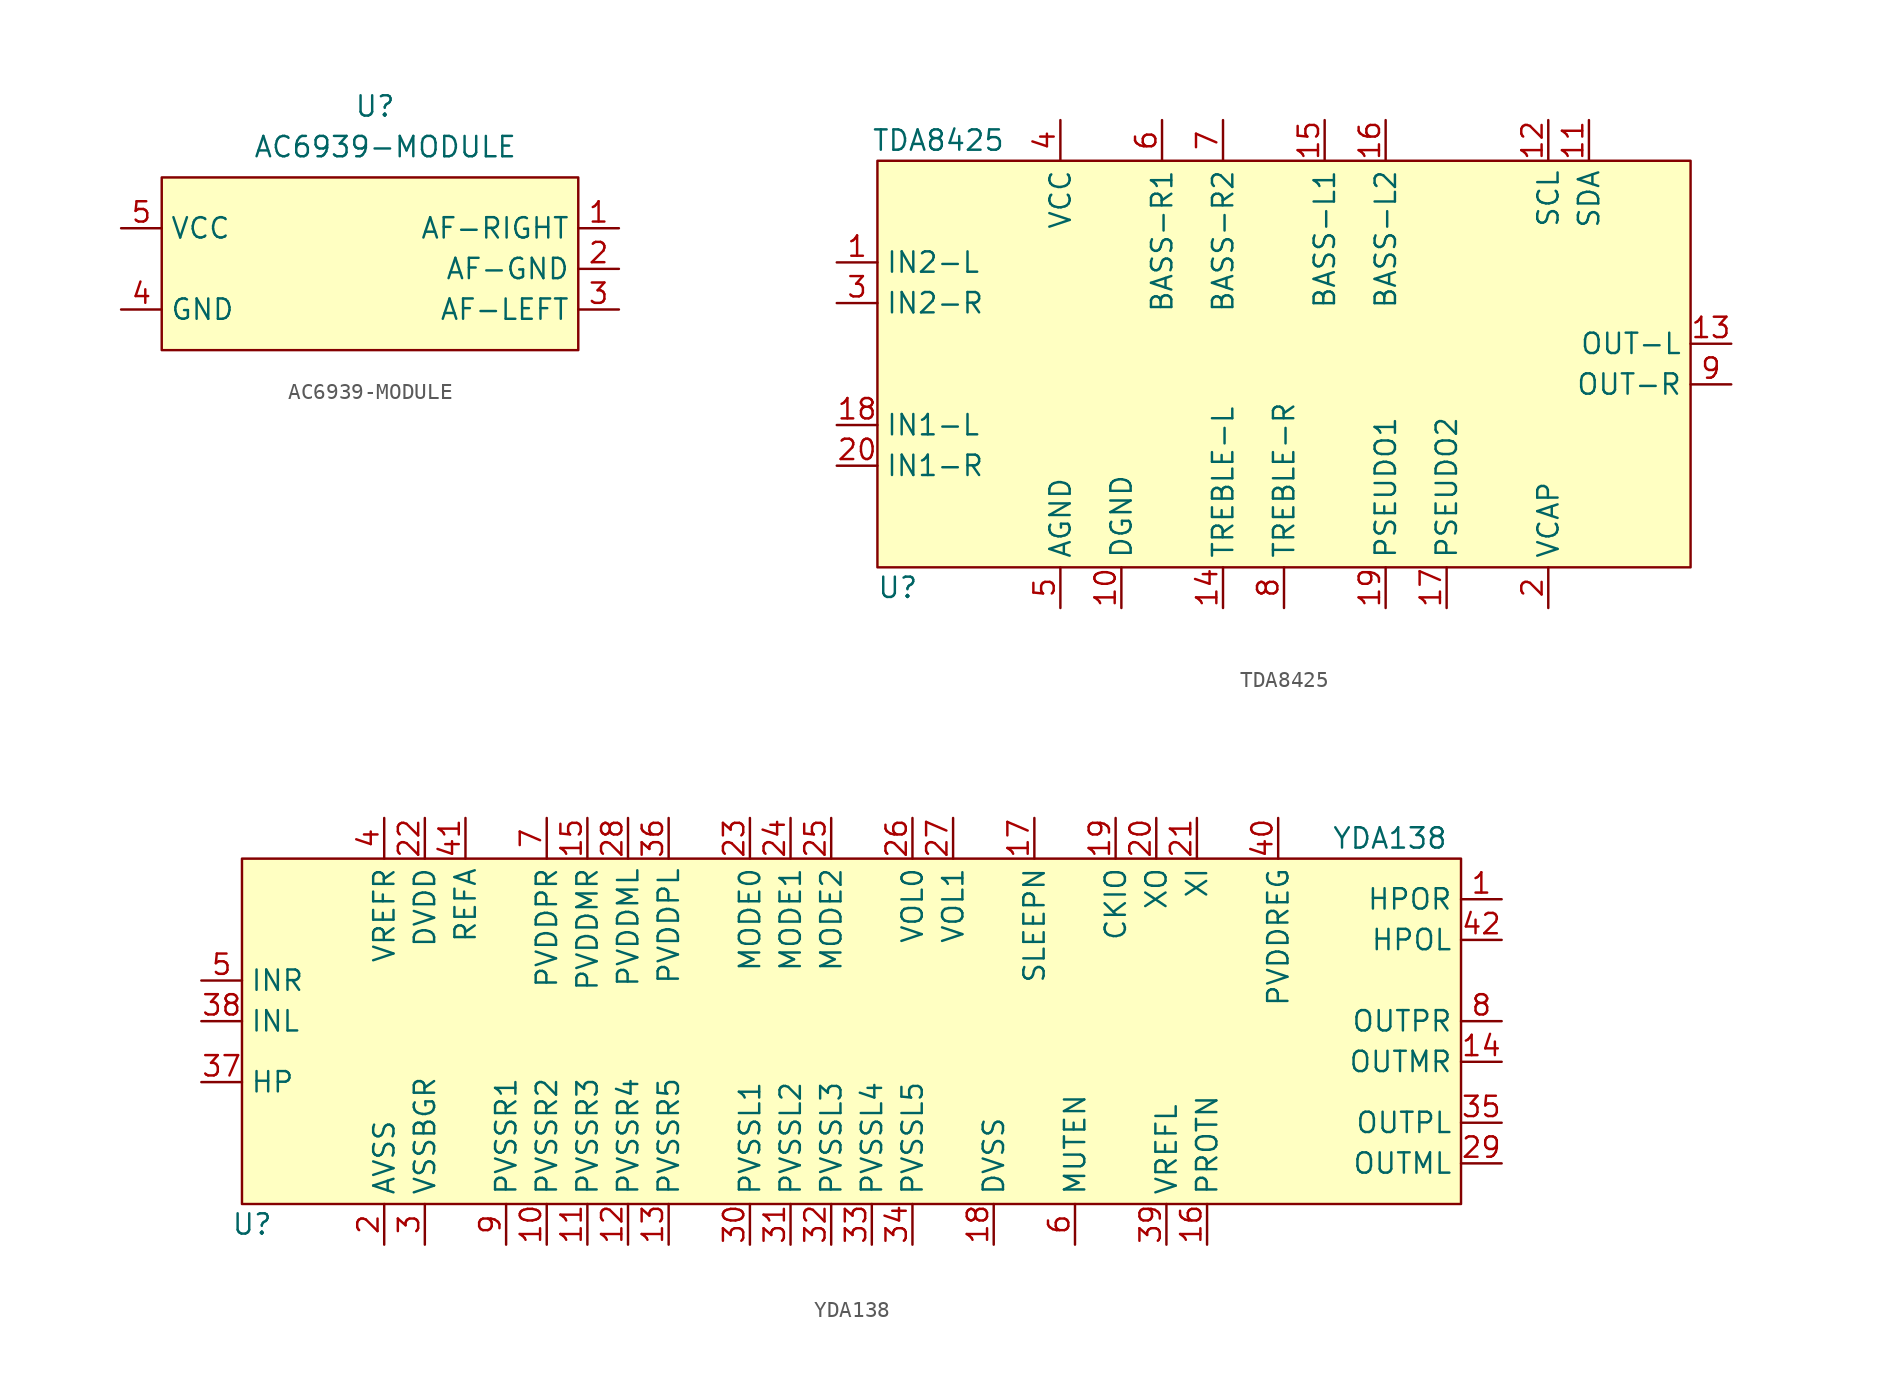
<source format=kicad_sym>
(kicad_symbol_lib
  (version 20211014)
  (generator kicad_symbol_editor)
  (symbol "AC6939-MODULE"
    (property "Reference" "U"
      (at -0.635 11.43 0)
      (effects (font (size 1.27 1.27))))
    (property "Value" "AC6939-MODULE"
      (at 0 8.89 0)
      (effects (font (size 1.27 1.27))))
    (symbol "AC6939-MODULE_0_1"
      (rectangle (start -13.97 6.985) (end 12.065 -3.81) (stroke (width 0) (type default) (color 0 0 0 0)) (fill (type background))))
    (symbol "AC6939-MODULE_1_1"
      (pin output line (at 14.605 3.81 180) (length 2.54) (name "AF-RIGHT" (effects (font (size 1.27 1.27)))) (number "1" (effects (font (size 1.27 1.27)))))
      (pin input line (at 14.605 1.27 180) (length 2.54) (name "AF-GND" (effects (font (size 1.27 1.27)))) (number "2" (effects (font (size 1.27 1.27)))))
      (pin output line (at 14.605 -1.27 180) (length 2.54) (name "AF-LEFT" (effects (font (size 1.27 1.27)))) (number "3" (effects (font (size 1.27 1.27)))))
      (pin power_in line (at -16.51 -1.27 0) (length 2.54) (name "GND" (effects (font (size 1.27 1.27)))) (number "4" (effects (font (size 1.27 1.27)))))
      (pin power_in line (at -16.51 3.81 0) (length 2.54) (name "VCC" (effects (font (size 1.27 1.27)))) (number "5" (effects (font (size 1.27 1.27)))))))
  (symbol "TDA8425"
    (property "Reference" "U"
      (at -24.13 -13.97 0)
      (effects (font (size 1.27 1.27))))
    (property "Value" "TDA8425"
      (at -21.59 13.97 0)
      (effects (font (size 1.27 1.27))))
    (symbol "TDA8425_0_1"
      (rectangle (start -25.4 12.7) (end 25.4 -12.7) (stroke (width 0) (type default) (color 0 0 0 0)) (fill (type background))))
    (symbol "TDA8425_1_1"
      (pin input line (at -27.94 6.35 0) (length 2.54) (name "IN2-L" (effects (font (size 1.27 1.27)))) (number "1" (effects (font (size 1.27 1.27)))))
      (pin power_in line (at -10.16 -15.24 90) (length 2.54) (name "DGND" (effects (font (size 1.27 1.27)))) (number "10" (effects (font (size 1.27 1.27)))))
      (pin bidirectional line (at 19.05 15.24 270) (length 2.54) (name "SDA" (effects (font (size 1.27 1.27)))) (number "11" (effects (font (size 1.27 1.27)))))
      (pin input line (at 16.51 15.24 270) (length 2.54) (name "SCL" (effects (font (size 1.27 1.27)))) (number "12" (effects (font (size 1.27 1.27)))))
      (pin output line (at 27.94 1.27 180) (length 2.54) (name "OUT-L" (effects (font (size 1.27 1.27)))) (number "13" (effects (font (size 1.27 1.27)))))
      (pin input line (at -3.81 -15.24 90) (length 2.54) (name "TREBLE-L" (effects (font (size 1.27 1.27)))) (number "14" (effects (font (size 1.27 1.27)))))
      (pin input line (at 2.54 15.24 270) (length 2.54) (name "BASS-L1" (effects (font (size 1.27 1.27)))) (number "15" (effects (font (size 1.27 1.27)))))
      (pin input line (at 6.35 15.24 270) (length 2.54) (name "BASS-L2" (effects (font (size 1.27 1.27)))) (number "16" (effects (font (size 1.27 1.27)))))
      (pin input line (at 10.16 -15.24 90) (length 2.54) (name "PSEUDO2" (effects (font (size 1.27 1.27)))) (number "17" (effects (font (size 1.27 1.27)))))
      (pin input line (at -27.94 -3.81 0) (length 2.54) (name "IN1-L" (effects (font (size 1.27 1.27)))) (number "18" (effects (font (size 1.27 1.27)))))
      (pin input line (at 6.35 -15.24 90) (length 2.54) (name "PSEUDO1" (effects (font (size 1.27 1.27)))) (number "19" (effects (font (size 1.27 1.27)))))
      (pin input line (at 16.51 -15.24 90) (length 2.54) (name "VCAP" (effects (font (size 1.27 1.27)))) (number "2" (effects (font (size 1.27 1.27)))))
      (pin input line (at -27.94 -6.35 0) (length 2.54) (name "IN1-R" (effects (font (size 1.27 1.27)))) (number "20" (effects (font (size 1.27 1.27)))))
      (pin input line (at -27.94 3.81 0) (length 2.54) (name "IN2-R" (effects (font (size 1.27 1.27)))) (number "3" (effects (font (size 1.27 1.27)))))
      (pin power_in line (at -13.97 15.24 270) (length 2.54) (name "VCC" (effects (font (size 1.27 1.27)))) (number "4" (effects (font (size 1.27 1.27)))))
      (pin power_in line (at -13.97 -15.24 90) (length 2.54) (name "AGND" (effects (font (size 1.27 1.27)))) (number "5" (effects (font (size 1.27 1.27)))))
      (pin input line (at -7.62 15.24 270) (length 2.54) (name "BASS-R1" (effects (font (size 1.27 1.27)))) (number "6" (effects (font (size 1.27 1.27)))))
      (pin input line (at -3.81 15.24 270) (length 2.54) (name "BASS-R2" (effects (font (size 1.27 1.27)))) (number "7" (effects (font (size 1.27 1.27)))))
      (pin input line (at 0 -15.24 90) (length 2.54) (name "TREBLE-R" (effects (font (size 1.27 1.27)))) (number "8" (effects (font (size 1.27 1.27)))))
      (pin output line (at 27.94 -1.27 180) (length 2.54) (name "OUT-R" (effects (font (size 1.27 1.27)))) (number "9" (effects (font (size 1.27 1.27)))))))
  (symbol "YDA138"
    (property "Reference" "U"
      (at -20.955 -11.43 0)
      (effects (font (size 1.27 1.27))))
    (property "Value" "YDA138"
      (at 50.165 12.7 0)
      (effects (font (size 1.27 1.27))))
    (symbol "YDA138_0_1"
      (rectangle (start -21.59 11.43) (end 54.61 -10.16) (stroke (width 0) (type default) (color 0 0 0 0)) (fill (type background))))
    (symbol "YDA138_1_1"
      (pin output line (at 57.15 8.89 180) (length 2.54) (name "HPOR" (effects (font (size 1.27 1.27)))) (number "1" (effects (font (size 1.27 1.27)))))
      (pin power_in line (at -2.54 -12.7 90) (length 2.54) (name "PVSSR2" (effects (font (size 1.27 1.27)))) (number "10" (effects (font (size 1.27 1.27)))))
      (pin power_in line (at 0 -12.7 90) (length 2.54) (name "PVSSR3" (effects (font (size 1.27 1.27)))) (number "11" (effects (font (size 1.27 1.27)))))
      (pin power_in line (at 2.54 -12.7 90) (length 2.54) (name "PVSSR4" (effects (font (size 1.27 1.27)))) (number "12" (effects (font (size 1.27 1.27)))))
      (pin power_in line (at 5.08 -12.7 90) (length 2.54) (name "PVSSR5" (effects (font (size 1.27 1.27)))) (number "13" (effects (font (size 1.27 1.27)))))
      (pin output line (at 57.15 -1.27 180) (length 2.54) (name "OUTMR" (effects (font (size 1.27 1.27)))) (number "14" (effects (font (size 1.27 1.27)))))
      (pin power_in line (at 0 13.97 270) (length 2.54) (name "PVDDMR" (effects (font (size 1.27 1.27)))) (number "15" (effects (font (size 1.27 1.27)))))
      (pin output line (at 38.735 -12.7 90) (length 2.54) (name "PROTN" (effects (font (size 1.27 1.27)))) (number "16" (effects (font (size 1.27 1.27)))))
      (pin input line (at 27.94 13.97 270) (length 2.54) (name "SLEEPN" (effects (font (size 1.27 1.27)))) (number "17" (effects (font (size 1.27 1.27)))))
      (pin power_in line (at 25.4 -12.7 90) (length 2.54) (name "DVSS" (effects (font (size 1.27 1.27)))) (number "18" (effects (font (size 1.27 1.27)))))
      (pin input line (at 33.02 13.97 270) (length 2.54) (name "CKIO" (effects (font (size 1.27 1.27)))) (number "19" (effects (font (size 1.27 1.27)))))
      (pin power_in line (at -12.7 -12.7 90) (length 2.54) (name "AVSS" (effects (font (size 1.27 1.27)))) (number "2" (effects (font (size 1.27 1.27)))))
      (pin input line (at 35.56 13.97 270) (length 2.54) (name "XO" (effects (font (size 1.27 1.27)))) (number "20" (effects (font (size 1.27 1.27)))))
      (pin input line (at 38.1 13.97 270) (length 2.54) (name "XI" (effects (font (size 1.27 1.27)))) (number "21" (effects (font (size 1.27 1.27)))))
      (pin power_in line (at -10.16 13.97 270) (length 2.54) (name "DVDD" (effects (font (size 1.27 1.27)))) (number "22" (effects (font (size 1.27 1.27)))))
      (pin input line (at 10.16 13.97 270) (length 2.54) (name "MODE0" (effects (font (size 1.27 1.27)))) (number "23" (effects (font (size 1.27 1.27)))))
      (pin input line (at 12.7 13.97 270) (length 2.54) (name "MODE1" (effects (font (size 1.27 1.27)))) (number "24" (effects (font (size 1.27 1.27)))))
      (pin input line (at 15.24 13.97 270) (length 2.54) (name "MODE2" (effects (font (size 1.27 1.27)))) (number "25" (effects (font (size 1.27 1.27)))))
      (pin input line (at 20.32 13.97 270) (length 2.54) (name "VOL0" (effects (font (size 1.27 1.27)))) (number "26" (effects (font (size 1.27 1.27)))))
      (pin input line (at 22.86 13.97 270) (length 2.54) (name "VOL1" (effects (font (size 1.27 1.27)))) (number "27" (effects (font (size 1.27 1.27)))))
      (pin power_in line (at 2.54 13.97 270) (length 2.54) (name "PVDDML" (effects (font (size 1.27 1.27)))) (number "28" (effects (font (size 1.27 1.27)))))
      (pin output line (at 57.15 -7.62 180) (length 2.54) (name "OUTML" (effects (font (size 1.27 1.27)))) (number "29" (effects (font (size 1.27 1.27)))))
      (pin power_in line (at -10.16 -12.7 90) (length 2.54) (name "VSSBGR" (effects (font (size 1.27 1.27)))) (number "3" (effects (font (size 1.27 1.27)))))
      (pin power_in line (at 10.16 -12.7 90) (length 2.54) (name "PVSSL1" (effects (font (size 1.27 1.27)))) (number "30" (effects (font (size 1.27 1.27)))))
      (pin power_in line (at 12.7 -12.7 90) (length 2.54) (name "PVSSL2" (effects (font (size 1.27 1.27)))) (number "31" (effects (font (size 1.27 1.27)))))
      (pin power_in line (at 15.24 -12.7 90) (length 2.54) (name "PVSSL3" (effects (font (size 1.27 1.27)))) (number "32" (effects (font (size 1.27 1.27)))))
      (pin power_in line (at 17.78 -12.7 90) (length 2.54) (name "PVSSL4" (effects (font (size 1.27 1.27)))) (number "33" (effects (font (size 1.27 1.27)))))
      (pin power_in line (at 20.32 -12.7 90) (length 2.54) (name "PVSSL5" (effects (font (size 1.27 1.27)))) (number "34" (effects (font (size 1.27 1.27)))))
      (pin output line (at 57.15 -5.08 180) (length 2.54) (name "OUTPL" (effects (font (size 1.27 1.27)))) (number "35" (effects (font (size 1.27 1.27)))))
      (pin power_in line (at 5.08 13.97 270) (length 2.54) (name "PVDDPL" (effects (font (size 1.27 1.27)))) (number "36" (effects (font (size 1.27 1.27)))))
      (pin input line (at -24.13 -2.54 0) (length 2.54) (name "HP" (effects (font (size 1.27 1.27)))) (number "37" (effects (font (size 1.27 1.27)))))
      (pin input line (at -24.13 1.27 0) (length 2.54) (name "INL" (effects (font (size 1.27 1.27)))) (number "38" (effects (font (size 1.27 1.27)))))
      (pin output line (at 36.195 -12.7 90) (length 2.54) (name "VREFL" (effects (font (size 1.27 1.27)))) (number "39" (effects (font (size 1.27 1.27)))))
      (pin input line (at -12.7 13.97 270) (length 2.54) (name "VREFR" (effects (font (size 1.27 1.27)))) (number "4" (effects (font (size 1.27 1.27)))))
      (pin input line (at 43.18 13.97 270) (length 2.54) (name "PVDDREG" (effects (font (size 1.27 1.27)))) (number "40" (effects (font (size 1.27 1.27)))))
      (pin power_out line (at -7.62 13.97 270) (length 2.54) (name "REFA" (effects (font (size 1.27 1.27)))) (number "41" (effects (font (size 1.27 1.27)))))
      (pin output line (at 57.15 6.35 180) (length 2.54) (name "HPOL" (effects (font (size 1.27 1.27)))) (number "42" (effects (font (size 1.27 1.27)))))
      (pin input line (at -24.13 3.81 0) (length 2.54) (name "INR" (effects (font (size 1.27 1.27)))) (number "5" (effects (font (size 1.27 1.27)))))
      (pin input line (at 30.48 -12.7 90) (length 2.54) (name "MUTEN" (effects (font (size 1.27 1.27)))) (number "6" (effects (font (size 1.27 1.27)))))
      (pin power_in line (at -2.54 13.97 270) (length 2.54) (name "PVDDPR" (effects (font (size 1.27 1.27)))) (number "7" (effects (font (size 1.27 1.27)))))
      (pin output line (at 57.15 1.27 180) (length 2.54) (name "OUTPR" (effects (font (size 1.27 1.27)))) (number "8" (effects (font (size 1.27 1.27)))))
      (pin power_in line (at -5.08 -12.7 90) (length 2.54) (name "PVSSR1" (effects (font (size 1.27 1.27)))) (number "9" (effects (font (size 1.27 1.27))))))))
</source>
